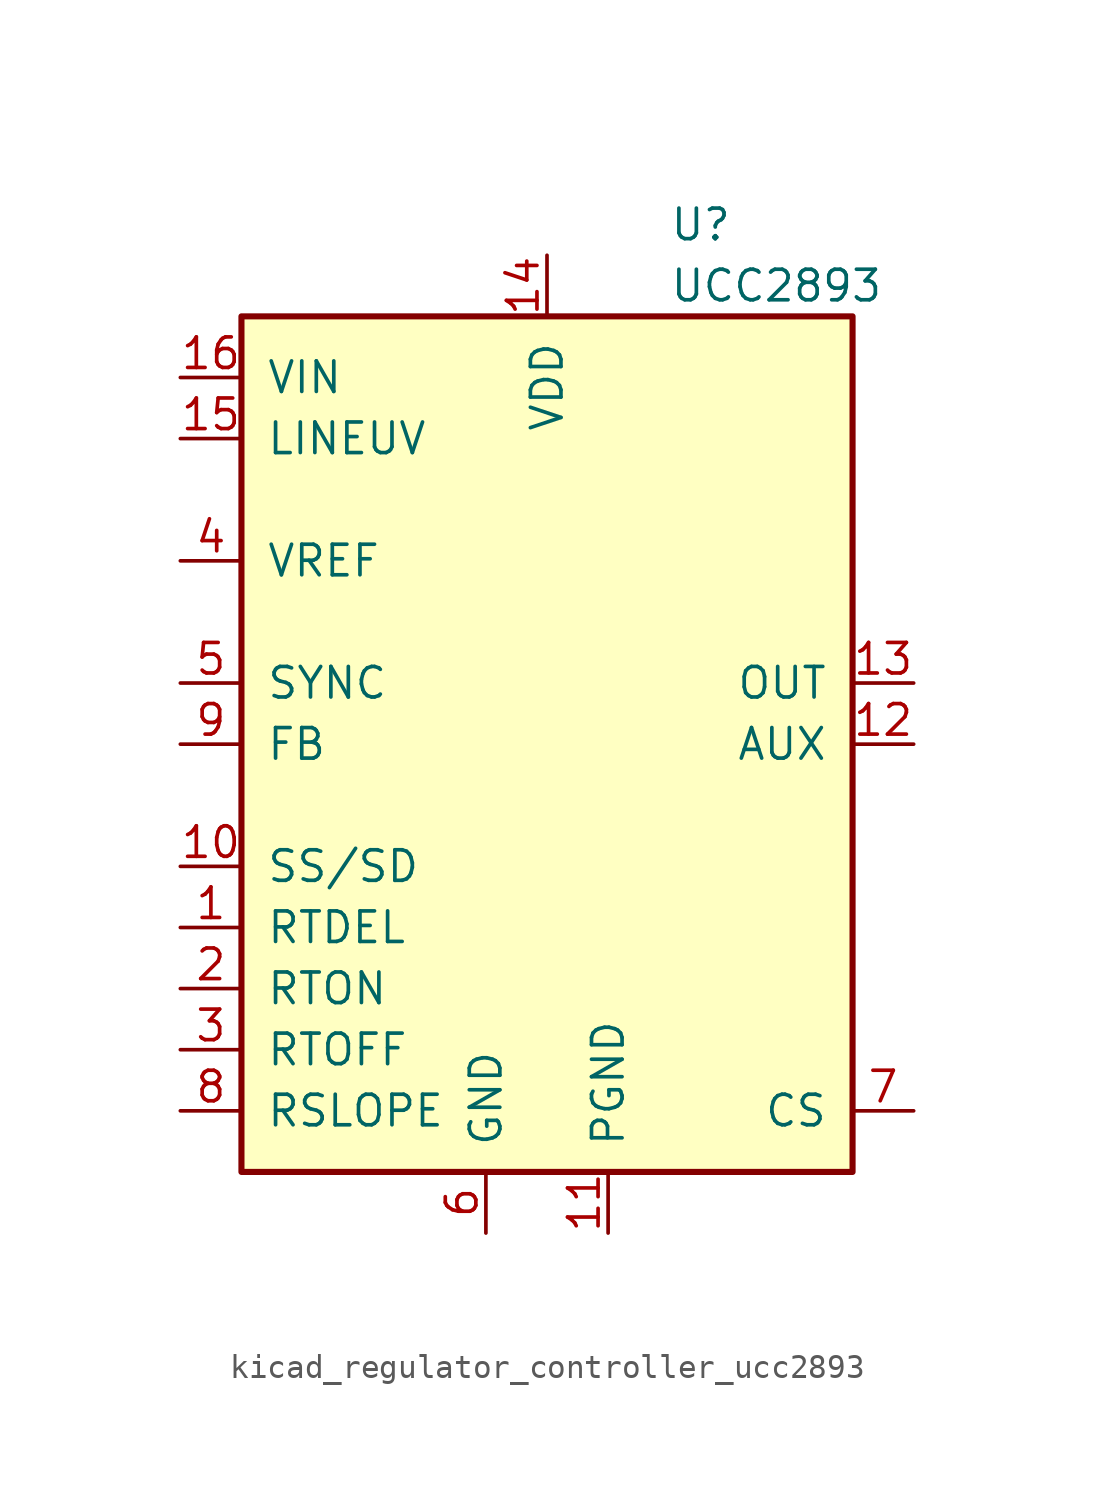
<source format=kicad_sym>
(kicad_symbol_lib
  (version 20220914)
  (generator kicad_symbol_editor)
  (symbol "kicad_regulator_controller_ucc2893"
    (pin_names
      (offset 1.016))
    (property "Reference" "U"
      (at 5.08 21.59 0)
      (effects (font (size 1.27 1.27)) (justify left)))
    (property "Value" "UCC2893"
      (at 5.08 19.05 0)
      (effects (font (size 1.27 1.27)) (justify left)))
    (symbol "kicad_regulator_controller_ucc2893_0_1"
      (rectangle (start -12.7 -17.78) (end 12.7 17.78) (stroke (width 0.254) (type default)) (fill (type background))))
    (symbol "kicad_regulator_controller_ucc2893_1_1"
      (pin passive line (at -15.24 -7.62 0) (length 2.54) (name "RTDEL" (effects (font (size 1.27 1.27)))) (number "1" (effects (font (size 1.27 1.27)))))
      (pin passive line (at -15.24 -5.08 0) (length 2.54) (name "SS/SD" (effects (font (size 1.27 1.27)))) (number "10" (effects (font (size 1.27 1.27)))))
      (pin power_in line (at 2.54 -20.32 90) (length 2.54) (name "PGND" (effects (font (size 1.27 1.27)))) (number "11" (effects (font (size 1.27 1.27)))))
      (pin output line (at 15.24 0 180) (length 2.54) (name "AUX" (effects (font (size 1.27 1.27)))) (number "12" (effects (font (size 1.27 1.27)))))
      (pin output line (at 15.24 2.54 180) (length 2.54) (name "OUT" (effects (font (size 1.27 1.27)))) (number "13" (effects (font (size 1.27 1.27)))))
      (pin power_in line (at 0 20.32 270) (length 2.54) (name "VDD" (effects (font (size 1.27 1.27)))) (number "14" (effects (font (size 1.27 1.27)))))
      (pin passive line (at -15.24 12.7 0) (length 2.54) (name "LINEUV" (effects (font (size 1.27 1.27)))) (number "15" (effects (font (size 1.27 1.27)))))
      (pin input line (at -15.24 15.24 0) (length 2.54) (name "VIN" (effects (font (size 1.27 1.27)))) (number "16" (effects (font (size 1.27 1.27)))))
      (pin passive line (at -15.24 -10.16 0) (length 2.54) (name "RTON" (effects (font (size 1.27 1.27)))) (number "2" (effects (font (size 1.27 1.27)))))
      (pin passive line (at -15.24 -12.7 0) (length 2.54) (name "RTOFF" (effects (font (size 1.27 1.27)))) (number "3" (effects (font (size 1.27 1.27)))))
      (pin output line (at -15.24 7.62 0) (length 2.54) (name "VREF" (effects (font (size 1.27 1.27)))) (number "4" (effects (font (size 1.27 1.27)))))
      (pin input line (at -15.24 2.54 0) (length 2.54) (name "SYNC" (effects (font (size 1.27 1.27)))) (number "5" (effects (font (size 1.27 1.27)))))
      (pin power_in line (at -2.54 -20.32 90) (length 2.54) (name "GND" (effects (font (size 1.27 1.27)))) (number "6" (effects (font (size 1.27 1.27)))))
      (pin input line (at 15.24 -15.24 180) (length 2.54) (name "CS" (effects (font (size 1.27 1.27)))) (number "7" (effects (font (size 1.27 1.27)))))
      (pin passive line (at -15.24 -15.24 0) (length 2.54) (name "RSLOPE" (effects (font (size 1.27 1.27)))) (number "8" (effects (font (size 1.27 1.27)))))
      (pin input line (at -15.24 0 0) (length 2.54) (name "FB" (effects (font (size 1.27 1.27)))) (number "9" (effects (font (size 1.27 1.27))))))))
</source>
